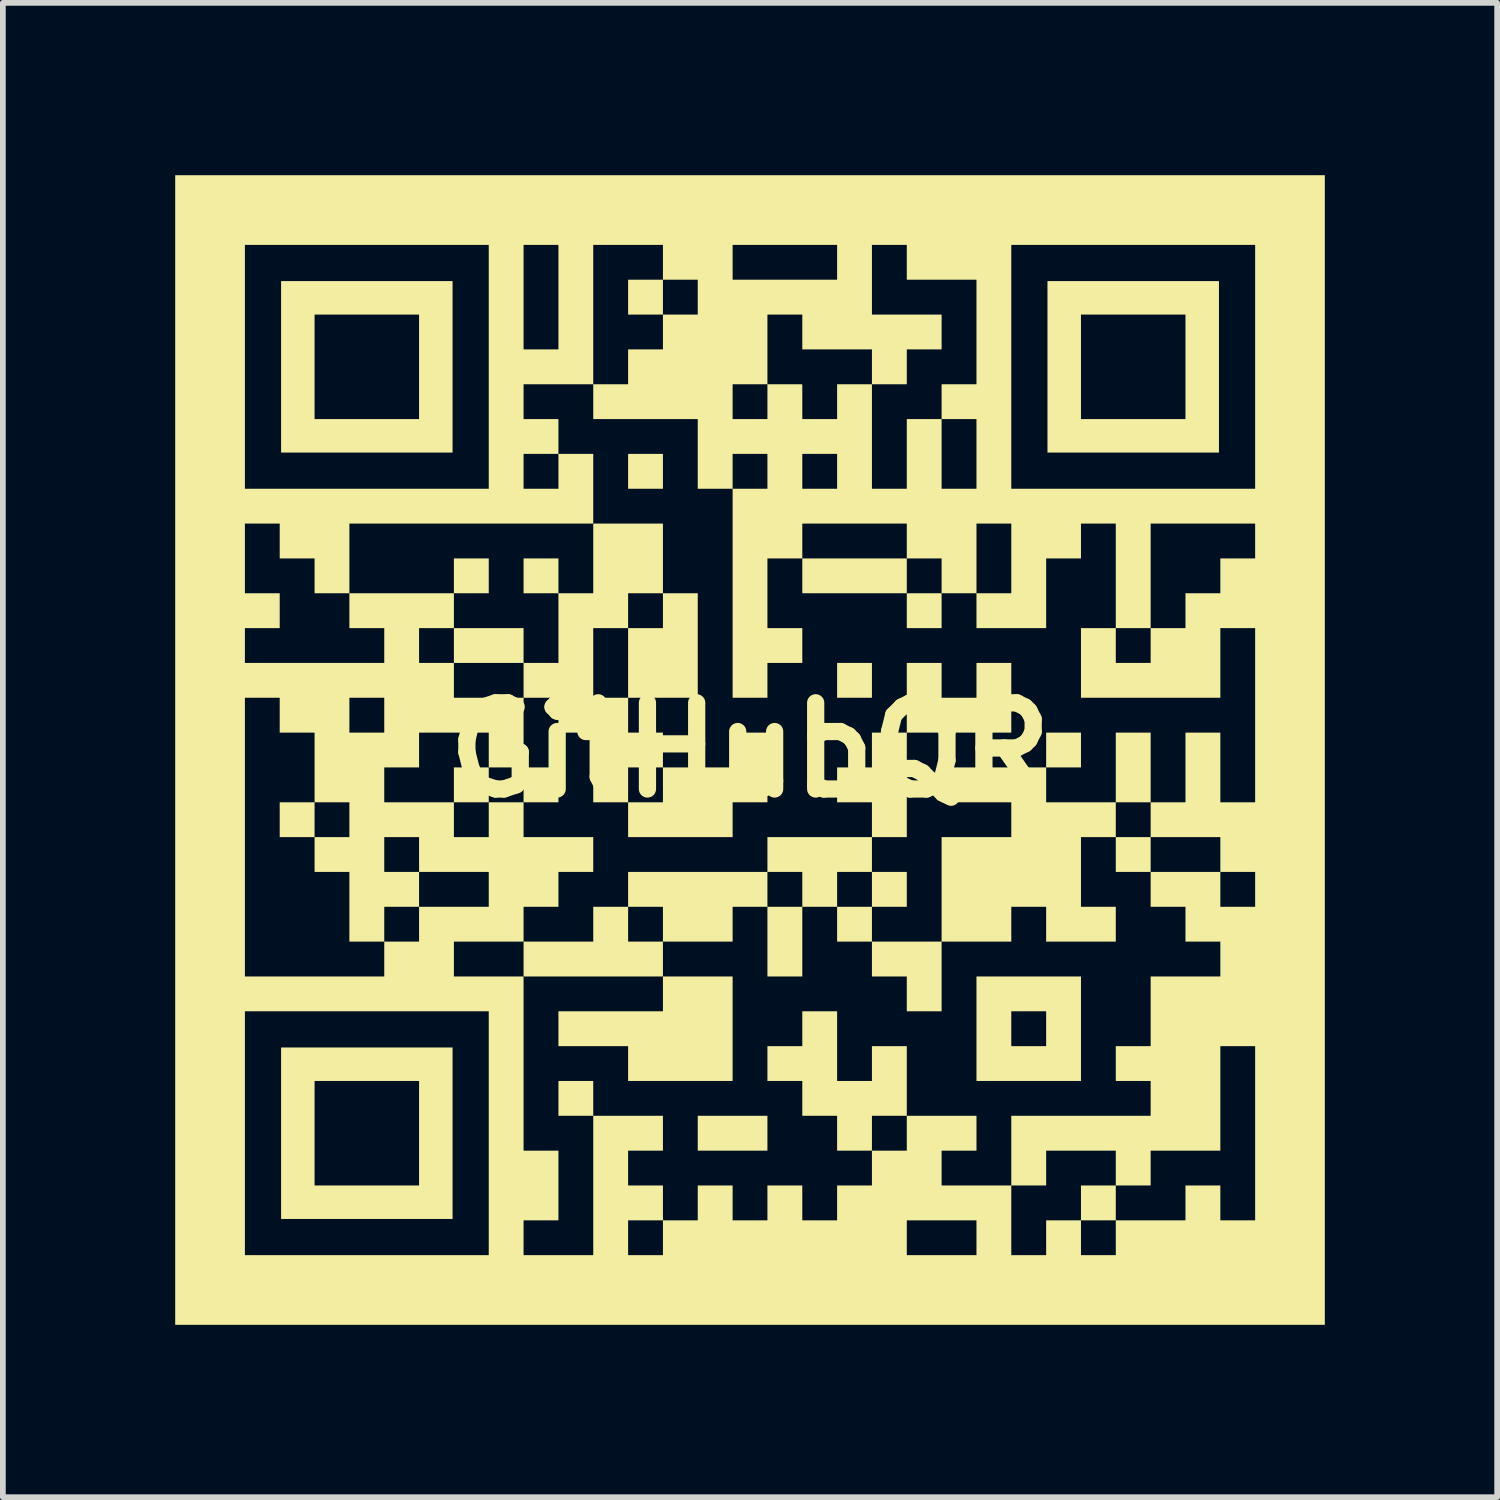
<source format=kicad_pcb>
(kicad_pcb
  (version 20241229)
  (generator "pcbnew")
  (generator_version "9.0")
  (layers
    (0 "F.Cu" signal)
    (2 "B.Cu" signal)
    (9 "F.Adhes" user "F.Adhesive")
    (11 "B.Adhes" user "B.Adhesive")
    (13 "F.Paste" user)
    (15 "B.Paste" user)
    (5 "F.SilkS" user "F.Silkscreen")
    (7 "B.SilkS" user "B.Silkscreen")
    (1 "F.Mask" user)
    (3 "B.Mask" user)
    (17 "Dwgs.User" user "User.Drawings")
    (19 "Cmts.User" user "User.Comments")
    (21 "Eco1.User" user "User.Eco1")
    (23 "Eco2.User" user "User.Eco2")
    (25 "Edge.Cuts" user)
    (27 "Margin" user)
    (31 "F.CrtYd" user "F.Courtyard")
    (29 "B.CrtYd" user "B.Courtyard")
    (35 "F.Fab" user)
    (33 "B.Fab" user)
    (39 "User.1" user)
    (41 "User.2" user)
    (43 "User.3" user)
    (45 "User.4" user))
  (footprint "GitHubQR"
    (layer "F.Cu")
    (at 10.006 10.006)
    (property "Reference" "GitHubQR" (at 0 0 0) (layer "F.SilkS") (effects (font (size 1.5 1.5) (thickness 0.3))))
    (attr board_only exclude_from_pos_files exclude_from_bom)
    (fp_poly (pts (xy -7.58 1.213) (xy -7.58 1.516) (xy -7.884 1.516) (xy -8.187 1.516) (xy -8.187 1.213) (xy -8.187 0.91) (xy -7.884 0.91) (xy -7.58 0.91)) (stroke (width 0) (type solid)) (fill yes) (layer "F.SilkS"))
    (fp_poly (pts (xy -4.548 -3.032) (xy -4.548 -2.729) (xy -4.851 -2.729) (xy -5.155 -2.729) (xy -5.155 -3.032) (xy -5.155 -3.335) (xy -4.851 -3.335) (xy -4.548 -3.335)) (stroke (width 0) (type solid)) (fill yes) (layer "F.SilkS"))
    (fp_poly (pts (xy -4.548 0.606) (xy -4.548 0.91) (xy -4.851 0.91) (xy -5.155 0.91) (xy -5.155 0.606) (xy -5.155 0.303) (xy -4.851 0.303) (xy -4.548 0.303)) (stroke (width 0) (type solid)) (fill yes) (layer "F.SilkS"))
    (fp_poly (pts (xy -3.335 0.606) (xy -3.335 0.91) (xy -3.639 0.91) (xy -3.942 0.91) (xy -3.942 0.606) (xy -3.942 0.303) (xy -3.639 0.303) (xy -3.335 0.303)) (stroke (width 0) (type solid)) (fill yes) (layer "F.SilkS"))
    (fp_poly (pts (xy -2.729 6.064) (xy -2.729 6.367) (xy -3.032 6.367) (xy -3.335 6.367) (xy -3.335 6.064) (xy -3.335 5.761) (xy -3.032 5.761) (xy -2.729 5.761)) (stroke (width 0) (type solid)) (fill yes) (layer "F.SilkS"))
    (fp_poly (pts (xy -1.516 -7.884) (xy -1.516 -7.58) (xy -1.819 -7.58) (xy -2.122 -7.58) (xy -2.122 -7.884) (xy -2.122 -8.187) (xy -1.819 -8.187) (xy -1.516 -8.187)) (stroke (width 0) (type solid)) (fill yes) (layer "F.SilkS"))
    (fp_poly (pts (xy -1.516 -4.851) (xy -1.516 -4.548) (xy -1.819 -4.548) (xy -2.122 -4.548) (xy -2.122 -4.851) (xy -2.122 -5.155) (xy -1.819 -5.155) (xy -1.516 -5.155)) (stroke (width 0) (type solid)) (fill yes) (layer "F.SilkS"))
    (fp_poly (pts (xy 0.303 6.671) (xy 0.303 6.974) (xy -0.303 6.974) (xy -0.91 6.974) (xy -0.91 6.671) (xy -0.91 6.367) (xy -0.303 6.367) (xy 0.303 6.367)) (stroke (width 0) (type solid)) (fill yes) (layer "F.SilkS"))
    (fp_poly (pts (xy 2.122 -1.213) (xy 2.122 -0.91) (xy 1.819 -0.91) (xy 1.516 -0.91) (xy 1.516 -1.213) (xy 1.516 -1.516) (xy 1.819 -1.516) (xy 2.122 -1.516)) (stroke (width 0) (type solid)) (fill yes) (layer "F.SilkS"))
    (fp_poly (pts (xy 2.729 -3.032) (xy 2.729 -2.729) (xy 1.819 -2.729) (xy 0.91 -2.729) (xy 0.91 -3.032) (xy 0.91 -3.335) (xy 1.819 -3.335) (xy 2.729 -3.335)) (stroke (width 0) (type solid)) (fill yes) (layer "F.SilkS"))
    (fp_poly (pts (xy 3.335 -2.426) (xy 3.335 -2.122) (xy 3.032 -2.122) (xy 2.729 -2.122) (xy 2.729 -2.426) (xy 2.729 -2.729) (xy 3.032 -2.729) (xy 3.335 -2.729)) (stroke (width 0) (type solid)) (fill yes) (layer "F.SilkS"))
    (fp_poly (pts (xy 6.367 7.884) (xy 6.367 8.187) (xy 6.064 8.187) (xy 5.761 8.187) (xy 5.761 7.884) (xy 5.761 7.58) (xy 6.064 7.58) (xy 6.367 7.58)) (stroke (width 0) (type solid)) (fill yes) (layer "F.SilkS"))
    (fp_poly (pts (xy 6.974 1.819) (xy 6.974 2.122) (xy 6.671 2.122) (xy 6.367 2.122) (xy 6.367 1.819) (xy 6.367 1.516) (xy 6.671 1.516) (xy 6.974 1.516)) (stroke (width 0) (type solid)) (fill yes) (layer "F.SilkS"))
    (fp_poly (pts (xy -0.303 4.851) (xy -0.303 5.761) (xy -1.213 5.761) (xy -2.122 5.761) (xy -2.122 5.458) (xy -2.122 5.155) (xy -2.729 5.155) (xy -3.335 5.155) (xy -3.335 4.851) (xy -3.335 4.548) (xy -2.426 4.548) (xy -1.516 4.548) (xy -1.516 4.245) (xy -1.516 3.942) (xy -0.91 3.942) (xy -0.303 3.942)) (stroke (width 0) (type solid)) (fill yes) (layer "F.SilkS"))
    (fp_poly (pts (xy -5.178 -6.671) (xy -5.178 -5.178) (xy -6.671 -5.178) (xy -8.163 -5.178) (xy -8.163 -6.671) (xy -7.58 -6.671) (xy -7.58 -5.761) (xy -6.671 -5.761) (xy -5.761 -5.761) (xy -5.761 -6.671) (xy -5.761 -7.58) (xy -6.671 -7.58) (xy -7.58 -7.58) (xy -7.58 -6.671) (xy -8.163 -6.671) (xy -8.163 -8.163) (xy -6.671 -8.163) (xy -5.178 -8.163)) (stroke (width 0) (type solid)) (fill yes) (layer "F.SilkS"))
    (fp_poly (pts (xy -5.178 6.671) (xy -5.178 8.163) (xy -6.671 8.163) (xy -8.163 8.163) (xy -8.163 6.671) (xy -7.58 6.671) (xy -7.58 7.58) (xy -6.671 7.58) (xy -5.761 7.58) (xy -5.761 6.671) (xy -5.761 5.761) (xy -6.671 5.761) (xy -7.58 5.761) (xy -7.58 6.671) (xy -8.163 6.671) (xy -8.163 5.178) (xy -6.671 5.178) (xy -5.178 5.178)) (stroke (width 0) (type solid)) (fill yes) (layer "F.SilkS"))
    (fp_poly (pts (xy 5.761 4.851) (xy 5.761 5.761) (xy 4.851 5.761) (xy 3.942 5.761) (xy 3.942 4.851) (xy 4.548 4.851) (xy 4.548 5.155) (xy 4.851 5.155) (xy 5.155 5.155) (xy 5.155 4.851) (xy 5.155 4.548) (xy 4.851 4.548) (xy 4.548 4.548) (xy 4.548 4.851) (xy 3.942 4.851) (xy 3.942 3.942) (xy 4.851 3.942) (xy 5.761 3.942)) (stroke (width 0) (type solid)) (fill yes) (layer "F.SilkS"))
    (fp_poly (pts (xy 8.163 -6.671) (xy 8.163 -5.178) (xy 6.671 -5.178) (xy 5.178 -5.178) (xy 5.178 -6.671) (xy 5.761 -6.671) (xy 5.761 -5.761) (xy 6.671 -5.761) (xy 7.58 -5.761) (xy 7.58 -6.671) (xy 7.58 -7.58) (xy 6.671 -7.58) (xy 5.761 -7.58) (xy 5.761 -6.671) (xy 5.178 -6.671) (xy 5.178 -8.163) (xy 6.671 -8.163) (xy 8.163 -8.163)) (stroke (width 0) (type solid)) (fill yes) (layer "F.SilkS"))
    (fp_poly (pts (xy 1.516 5.155) (xy 1.516 5.761) (xy 1.819 5.761) (xy 2.122 5.761) (xy 2.122 5.458) (xy 2.122 5.155) (xy 2.426 5.155) (xy 2.729 5.155) (xy 2.729 5.761) (xy 2.729 6.367) (xy 2.426 6.367) (xy 2.122 6.367) (xy 2.122 6.671) (xy 2.122 6.974) (xy 1.819 6.974) (xy 1.516 6.974) (xy 1.516 6.671) (xy 1.516 6.367) (xy 1.213 6.367) (xy 0.91 6.367) (xy 0.91 6.064) (xy 0.91 5.761) (xy 0.606 5.761) (xy 0.303 5.761) (xy 0.303 5.458) (xy 0.303 5.155) (xy 0.606 5.155) (xy 0.91 5.155) (xy 0.91 4.851) (xy 0.91 4.548) (xy 1.213 4.548) (xy 1.516 4.548)) (stroke (width 0) (type solid)) (fill yes) (layer "F.SilkS"))
    (fp_poly (pts (xy -1.516 -3.335) (xy -1.516 -2.729) (xy -1.819 -2.729) (xy -2.122 -2.729) (xy -2.122 -2.426) (xy -2.122 -2.122) (xy -2.426 -2.122) (xy -2.729 -2.122) (xy -2.729 -1.516) (xy -2.729 -0.91) (xy -2.426 -0.91) (xy -2.122 -0.91) (xy -2.122 -1.516) (xy -2.122 -2.122) (xy -1.819 -2.122) (xy -1.516 -2.122) (xy -1.516 -2.426) (xy -1.516 -2.729) (xy -1.213 -2.729) (xy -0.91 -2.729) (xy -0.91 -1.819) (xy -0.91 -0.91) (xy -1.516 -0.91) (xy -2.122 -0.91) (xy -2.122 -0.606) (xy -2.122 -0.303) (xy -1.819 -0.303) (xy -1.516 -0.303) (xy -1.516 0) (xy -1.516 0.303) (xy -0.91 0.303) (xy -0.303 0.303) (xy -0.303 0) (xy -0.303 -0.303) (xy 0 -0.303) (xy 0.303 -0.303) (xy 0.303 0.303) (xy 0.303 0.91) (xy 0 0.91) (xy -0.303 0.91) (xy -0.303 1.213) (xy -0.303 1.516) (xy -1.213 1.516) (xy -2.122 1.516) (xy -2.122 1.213) (xy -2.122 0.91) (xy -2.426 0.91) (xy -2.729 0.91) (xy -2.729 0.606) (xy -2.122 0.606) (xy -2.122 0.91) (xy -1.819 0.91) (xy -1.516 0.91) (xy -1.516 0.606) (xy -1.516 0.303) (xy -1.819 0.303) (xy -2.122 0.303) (xy -2.122 0.606) (xy -2.729 0.606) (xy -2.729 0.303) (xy -2.729 -0.303) (xy -3.032 -0.303) (xy -3.335 -0.303) (xy -3.335 -0.606) (xy -3.335 -0.91) (xy -3.639 -0.91) (xy -3.942 -0.91) (xy -3.942 -1.213) (xy -3.942 -1.516) (xy -4.548 -1.516) (xy -5.155 -1.516) (xy -5.155 -1.819) (xy -5.155 -2.122) (xy -4.548 -2.122) (xy -3.942 -2.122) (xy -3.942 -1.819) (xy -3.942 -1.516) (xy -3.639 -1.516) (xy -3.335 -1.516) (xy -3.335 -2.122) (xy -3.335 -2.729) (xy -3.639 -2.729) (xy -3.942 -2.729) (xy -3.942 -3.032) (xy -3.942 -3.335) (xy -3.639 -3.335) (xy -3.335 -3.335) (xy -3.335 -3.032) (xy -3.335 -2.729) (xy -3.032 -2.729) (xy -2.729 -2.729) (xy -2.729 -3.335) (xy -2.729 -3.942) (xy -2.122 -3.942) (xy -1.516 -3.942)) (stroke (width 0) (type solid)) (fill yes) (layer "F.SilkS"))
    (fp_poly (pts (xy 3.335 -1.213) (xy 3.335 -0.91) (xy 3.639 -0.91) (xy 3.942 -0.91) (xy 3.942 -1.213) (xy 3.942 -1.516) (xy 4.245 -1.516) (xy 4.548 -1.516) (xy 4.548 -0.91) (xy 4.548 -0.303) (xy 3.639 -0.303) (xy 2.729 -0.303) (xy 2.729 0.606) (xy 2.729 1.516) (xy 2.426 1.516) (xy 2.122 1.516) (xy 2.122 1.819) (xy 2.122 2.122) (xy 1.819 2.122) (xy 1.516 2.122) (xy 1.516 2.426) (xy 1.516 2.729) (xy 1.819 2.729) (xy 2.122 2.729) (xy 2.122 2.426) (xy 2.122 2.122) (xy 2.426 2.122) (xy 2.729 2.122) (xy 2.729 2.426) (xy 2.729 2.729) (xy 2.426 2.729) (xy 2.122 2.729) (xy 2.122 3.032) (xy 2.122 3.335) (xy 2.729 3.335) (xy 3.335 3.335) (xy 3.335 2.426) (xy 3.335 1.516) (xy 3.942 1.516) (xy 4.548 1.516) (xy 4.548 1.213) (xy 4.548 0.91) (xy 3.942 0.91) (xy 3.335 0.91) (xy 3.335 0.606) (xy 3.335 0.303) (xy 4.245 0.303) (xy 5.155 0.303) (xy 5.155 0) (xy 5.155 -0.303) (xy 5.458 -0.303) (xy 5.761 -0.303) (xy 5.761 0) (xy 5.761 0.303) (xy 5.458 0.303) (xy 5.155 0.303) (xy 5.155 0.606) (xy 5.155 0.91) (xy 5.761 0.91) (xy 6.367 0.91) (xy 6.367 0.303) (xy 6.367 -0.303) (xy 6.671 -0.303) (xy 6.974 -0.303) (xy 6.974 0.303) (xy 6.974 0.91) (xy 6.671 0.91) (xy 6.367 0.91) (xy 6.367 1.213) (xy 6.367 1.516) (xy 6.064 1.516) (xy 5.761 1.516) (xy 5.761 2.122) (xy 5.761 2.729) (xy 6.064 2.729) (xy 6.367 2.729) (xy 6.367 3.032) (xy 6.367 3.335) (xy 5.761 3.335) (xy 5.155 3.335) (xy 5.155 3.032) (xy 5.155 2.729) (xy 4.851 2.729) (xy 4.548 2.729) (xy 4.548 3.032) (xy 4.548 3.335) (xy 3.942 3.335) (xy 3.335 3.335) (xy 3.335 3.942) (xy 3.335 4.548) (xy 3.032 4.548) (xy 2.729 4.548) (xy 2.729 4.245) (xy 2.729 3.942) (xy 2.426 3.942) (xy 2.122 3.942) (xy 2.122 3.639) (xy 2.122 3.335) (xy 1.819 3.335) (xy 1.516 3.335) (xy 1.516 3.032) (xy 1.516 2.729) (xy 1.213 2.729) (xy 0.91 2.729) (xy 0.91 3.335) (xy 0.91 3.942) (xy 0.606 3.942) (xy 0.303 3.942) (xy 0.303 3.335) (xy 0.303 2.729) (xy 0 2.729) (xy -0.303 2.729) (xy -0.303 3.032) (xy -0.303 3.335) (xy -0.91 3.335) (xy -1.516 3.335) (xy -1.516 3.639) (xy -1.516 3.942) (xy -2.729 3.942) (xy -3.942 3.942) (xy -3.942 3.639) (xy -3.942 3.335) (xy -3.335 3.335) (xy -2.729 3.335) (xy -2.729 3.032) (xy -2.122 3.032) (xy -2.122 3.335) (xy -1.819 3.335) (xy -1.516 3.335) (xy -1.516 3.032) (xy -1.516 2.729) (xy -1.819 2.729) (xy -2.122 2.729) (xy -2.122 3.032) (xy -2.729 3.032) (xy -2.729 2.729) (xy -2.426 2.729) (xy -2.122 2.729) (xy -2.122 2.426) (xy 0.303 2.426) (xy 0.303 2.729) (xy 0.606 2.729) (xy 0.91 2.729) (xy 0.91 2.426) (xy 0.91 2.122) (xy 0.606 2.122) (xy 0.303 2.122) (xy 0.303 2.426) (xy -2.122 2.426) (xy -2.122 2.122) (xy -0.91 2.122) (xy 0.303 2.122) (xy 0.303 1.819) (xy 0.303 1.516) (xy 1.213 1.516) (xy 2.122 1.516) (xy 2.122 1.213) (xy 2.122 0.91) (xy 1.819 0.91) (xy 1.516 0.91) (xy 1.516 0.606) (xy 1.516 0.303) (xy 1.819 0.303) (xy 2.122 0.303) (xy 2.122 0) (xy 2.122 -0.303) (xy 2.426 -0.303) (xy 2.729 -0.303) (xy 2.729 -0.91) (xy 2.729 -1.516) (xy 3.032 -1.516) (xy 3.335 -1.516)) (stroke (width 0) (type solid)) (fill yes) (layer "F.SilkS"))
    (fp_poly (pts (xy 10.006 0) (xy 10.006 10.006) (xy 0 10.006) (xy -10.006 10.006) (xy -10.006 6.671) (xy -8.793 6.671) (xy -8.793 8.793) (xy -6.671 8.793) (xy -4.548 8.793) (xy -4.548 6.671) (xy -4.548 4.548) (xy -6.671 4.548) (xy -8.793 4.548) (xy -8.793 6.671) (xy -10.006 6.671) (xy -10.006 1.516) (xy -8.793 1.516) (xy -8.793 3.942) (xy -7.58 3.942) (xy -6.367 3.942) (xy -6.367 3.639) (xy -6.367 3.335) (xy -6.064 3.335) (xy -5.761 3.335) (xy -5.761 3.032) (xy -5.761 2.729) (xy -5.155 2.729) (xy -4.548 2.729) (xy -4.548 2.426) (xy -4.548 2.122) (xy -5.155 2.122) (xy -5.761 2.122) (xy -5.761 2.426) (xy -5.761 2.729) (xy -6.064 2.729) (xy -6.367 2.729) (xy -6.367 3.032) (xy -6.367 3.335) (xy -6.671 3.335) (xy -6.974 3.335) (xy -6.974 2.729) (xy -6.974 2.122) (xy -7.277 2.122) (xy -7.58 2.122) (xy -7.58 1.819) (xy -6.367 1.819) (xy -6.367 2.122) (xy -6.064 2.122) (xy -5.761 2.122) (xy -5.761 1.819) (xy -5.761 1.516) (xy -6.064 1.516) (xy -6.367 1.516) (xy -6.367 1.819) (xy -7.58 1.819) (xy -7.58 1.516) (xy -7.277 1.516) (xy -6.974 1.516) (xy -6.974 1.213) (xy -6.974 0.91) (xy -7.277 0.91) (xy -7.58 0.91) (xy -7.58 0.303) (xy -7.58 -0.303) (xy -7.884 -0.303) (xy -8.187 -0.303) (xy -8.187 -0.606) (xy -6.974 -0.606) (xy -6.974 -0.303) (xy -6.671 -0.303) (xy -6.367 -0.303) (xy -6.367 -0.606) (xy -6.367 -0.91) (xy -6.671 -0.91) (xy -6.974 -0.91) (xy -6.974 -0.606) (xy -8.187 -0.606) (xy -8.187 -0.91) (xy -8.49 -0.91) (xy -8.793 -0.91) (xy -8.793 1.516) (xy -10.006 1.516) (xy -10.006 0) (xy -10.006 -3.942) (xy -8.793 -3.942) (xy -8.793 -3.335) (xy -8.793 -2.729) (xy -8.49 -2.729) (xy -8.187 -2.729) (xy -8.187 -2.426) (xy -8.187 -2.122) (xy -8.49 -2.122) (xy -8.793 -2.122) (xy -8.793 -1.819) (xy -8.793 -1.516) (xy -7.58 -1.516) (xy -6.367 -1.516) (xy -6.367 -1.819) (xy -6.367 -2.122) (xy -6.671 -2.122) (xy -6.974 -2.122) (xy -6.974 -2.426) (xy -6.974 -2.729) (xy -6.064 -2.729) (xy -5.155 -2.729) (xy -5.155 -2.426) (xy -5.155 -2.122) (xy -5.458 -2.122) (xy -5.761 -2.122) (xy -5.761 -1.819) (xy -5.761 -1.516) (xy -5.458 -1.516) (xy -5.155 -1.516) (xy -5.155 -1.213) (xy -5.155 -0.91) (xy -4.548 -0.91) (xy -3.942 -0.91) (xy -3.942 -0.303) (xy -3.942 0.303) (xy -4.245 0.303) (xy -4.548 0.303) (xy -4.548 0) (xy -4.548 -0.303) (xy -5.155 -0.303) (xy -5.761 -0.303) (xy -5.761 0) (xy -5.761 0.303) (xy -6.064 0.303) (xy -6.367 0.303) (xy -6.367 0.606) (xy -6.367 0.91) (xy -5.761 0.91) (xy -5.155 0.91) (xy -5.155 1.213) (xy -5.155 1.516) (xy -4.851 1.516) (xy -4.548 1.516) (xy -4.548 1.213) (xy -4.548 0.91) (xy -4.245 0.91) (xy -3.942 0.91) (xy -3.942 1.213) (xy -3.942 1.516) (xy -3.335 1.516) (xy -2.729 1.516) (xy -2.729 1.819) (xy -2.729 2.122) (xy -3.032 2.122) (xy -3.335 2.122) (xy -3.335 2.426) (xy -3.335 2.729) (xy -3.639 2.729) (xy -3.942 2.729) (xy -3.942 3.032) (xy -3.942 3.335) (xy -4.548 3.335) (xy -5.155 3.335) (xy -5.155 3.639) (xy -5.155 3.942) (xy -4.548 3.942) (xy -3.942 3.942) (xy -3.942 5.458) (xy -3.942 6.974) (xy -3.639 6.974) (xy -3.335 6.974) (xy -3.335 7.58) (xy -3.335 8.187) (xy -3.639 8.187) (xy -3.942 8.187) (xy -3.942 8.49) (xy -3.942 8.793) (xy -3.335 8.793) (xy -2.729 8.793) (xy -2.729 7.58) (xy -2.729 6.367) (xy -2.122 6.367) (xy -1.516 6.367) (xy -1.516 6.671) (xy -1.516 6.974) (xy -1.819 6.974) (xy -2.122 6.974) (xy -2.122 7.277) (xy -2.122 7.58) (xy -1.819 7.58) (xy -1.516 7.58) (xy -1.516 7.884) (xy -1.516 8.187) (xy -1.819 8.187) (xy -2.122 8.187) (xy -2.122 8.49) (xy -2.122 8.793) (xy -1.819 8.793) (xy -1.516 8.793) (xy -1.516 8.49) (xy 2.729 8.49) (xy 2.729 8.793) (xy 3.335 8.793) (xy 3.942 8.793) (xy 3.942 8.49) (xy 3.942 8.187) (xy 3.335 8.187) (xy 2.729 8.187) (xy 2.729 8.49) (xy -1.516 8.49) (xy -1.516 8.187) (xy -1.213 8.187) (xy -0.91 8.187) (xy -0.91 7.884) (xy -0.91 7.58) (xy -0.606 7.58) (xy -0.303 7.58) (xy -0.303 7.884) (xy -0.303 8.187) (xy 0 8.187) (xy 0.303 8.187) (xy 0.303 7.884) (xy 0.303 7.58) (xy 0.606 7.58) (xy 0.91 7.58) (xy 0.91 7.884) (xy 0.91 8.187) (xy 1.213 8.187) (xy 1.516 8.187) (xy 1.516 7.884) (xy 1.516 7.58) (xy 1.819 7.58) (xy 2.122 7.58) (xy 2.122 7.277) (xy 2.122 6.974) (xy 2.426 6.974) (xy 2.729 6.974) (xy 2.729 6.671) (xy 2.729 6.367) (xy 3.335 6.367) (xy 3.942 6.367) (xy 3.942 6.671) (xy 3.942 6.974) (xy 3.639 6.974) (xy 3.335 6.974) (xy 3.335 7.277) (xy 3.335 7.58) (xy 3.942 7.58) (xy 4.548 7.58) (xy 4.548 8.187) (xy 4.548 8.793) (xy 4.851 8.793) (xy 5.155 8.793) (xy 5.155 8.49) (xy 5.155 8.187) (xy 5.458 8.187) (xy 5.761 8.187) (xy 5.761 8.49) (xy 5.761 8.793) (xy 6.064 8.793) (xy 6.367 8.793) (xy 6.367 8.49) (xy 6.367 8.187) (xy 6.974 8.187) (xy 7.58 8.187) (xy 7.58 7.884) (xy 7.58 7.58) (xy 7.884 7.58) (xy 8.187 7.58) (xy 8.187 7.884) (xy 8.187 8.187) (xy 8.49 8.187) (xy 8.793 8.187) (xy 8.793 6.671) (xy 8.793 5.155) (xy 8.49 5.155) (xy 8.187 5.155) (xy 8.187 6.064) (xy 8.187 6.974) (xy 7.58 6.974) (xy 6.974 6.974) (xy 6.974 7.277) (xy 6.974 7.58) (xy 6.671 7.58) (xy 6.367 7.58) (xy 6.367 7.277) (xy 6.367 6.974) (xy 5.761 6.974) (xy 5.155 6.974) (xy 5.155 7.277) (xy 5.155 7.58) (xy 4.851 7.58) (xy 4.548 7.58) (xy 4.548 6.974) (xy 4.548 6.367) (xy 5.761 6.367) (xy 6.974 6.367) (xy 6.974 6.064) (xy 6.974 5.761) (xy 6.671 5.761) (xy 6.367 5.761) (xy 6.367 5.458) (xy 6.367 5.155) (xy 6.671 5.155) (xy 6.974 5.155) (xy 6.974 4.548) (xy 6.974 3.942) (xy 7.58 3.942) (xy 8.187 3.942) (xy 8.187 3.639) (xy 8.187 3.335) (xy 7.884 3.335) (xy 7.58 3.335) (xy 7.58 3.032) (xy 7.58 2.729) (xy 7.277 2.729) (xy 6.974 2.729) (xy 6.974 2.426) (xy 8.187 2.426) (xy 8.187 2.729) (xy 8.49 2.729) (xy 8.793 2.729) (xy 8.793 2.426) (xy 8.793 2.122) (xy 8.49 2.122) (xy 8.187 2.122) (xy 8.187 2.426) (xy 6.974 2.426) (xy 6.974 2.122) (xy 7.58 2.122) (xy 8.187 2.122) (xy 8.187 1.819) (xy 8.187 1.516) (xy 7.58 1.516) (xy 6.974 1.516) (xy 6.974 1.213) (xy 6.974 0.91) (xy 7.277 0.91) (xy 7.58 0.91) (xy 7.58 0.303) (xy 7.58 -0.303) (xy 7.884 -0.303) (xy 8.187 -0.303) (xy 8.187 0.303) (xy 8.187 0.91) (xy 8.49 0.91) (xy 8.793 0.91) (xy 8.793 -0.606) (xy 8.793 -2.122) (xy 8.49 -2.122) (xy 8.187 -2.122) (xy 8.187 -1.516) (xy 8.187 -0.91) (xy 6.974 -0.91) (xy 5.761 -0.91) (xy 5.761 -1.516) (xy 5.761 -2.122) (xy 6.064 -2.122) (xy 6.367 -2.122) (xy 6.367 -1.819) (xy 6.367 -1.516) (xy 6.671 -1.516) (xy 6.974 -1.516) (xy 6.974 -1.819) (xy 6.974 -2.122) (xy 7.277 -2.122) (xy 7.58 -2.122) (xy 7.58 -2.426) (xy 7.58 -2.729) (xy 7.884 -2.729) (xy 8.187 -2.729) (xy 8.187 -3.032) (xy 8.187 -3.335) (xy 8.49 -3.335) (xy 8.793 -3.335) (xy 8.793 -3.639) (xy 8.793 -3.942) (xy 7.884 -3.942) (xy 6.974 -3.942) (xy 6.974 -3.032) (xy 6.974 -2.122) (xy 6.671 -2.122) (xy 6.367 -2.122) (xy 6.367 -3.032) (xy 6.367 -3.942) (xy 6.064 -3.942) (xy 5.761 -3.942) (xy 5.761 -3.639) (xy 5.761 -3.335) (xy 5.458 -3.335) (xy 5.155 -3.335) (xy 5.155 -2.729) (xy 5.155 -2.122) (xy 4.548 -2.122) (xy 3.942 -2.122) (xy 3.942 -2.426) (xy 3.942 -2.729) (xy 4.245 -2.729) (xy 4.548 -2.729) (xy 4.548 -3.335) (xy 4.548 -3.942) (xy 4.245 -3.942) (xy 3.942 -3.942) (xy 3.942 -3.335) (xy 3.942 -2.729) (xy 3.639 -2.729) (xy 3.335 -2.729) (xy 3.335 -3.032) (xy 3.335 -3.335) (xy 3.032 -3.335) (xy 2.729 -3.335) (xy 2.729 -3.639) (xy 2.729 -3.942) (xy 1.819 -3.942) (xy 0.91 -3.942) (xy 0.91 -3.639) (xy 0.91 -3.335) (xy 0.606 -3.335) (xy 0.303 -3.335) (xy 0.303 -2.729) (xy 0.303 -2.122) (xy 0.606 -2.122) (xy 0.91 -2.122) (xy 0.91 -1.819) (xy 0.91 -1.516) (xy 0.606 -1.516) (xy 0.303 -1.516) (xy 0.303 -1.213) (xy 0.303 -0.91) (xy 0 -0.91) (xy -0.303 -0.91) (xy -0.303 -2.729) (xy -0.303 -4.548) (xy 0 -4.548) (xy 0.303 -4.548) (xy 0.303 -4.851) (xy 0.91 -4.851) (xy 0.91 -4.548) (xy 1.213 -4.548) (xy 1.516 -4.548) (xy 1.516 -4.851) (xy 1.516 -5.155) (xy 1.213 -5.155) (xy 0.91 -5.155) (xy 0.91 -4.851) (xy 0.303 -4.851) (xy 0.303 -5.155) (xy 0 -5.155) (xy -0.303 -5.155) (xy -0.303 -4.851) (xy -0.303 -4.548) (xy -0.606 -4.548) (xy -0.91 -4.548) (xy -0.91 -5.155) (xy -0.91 -5.761) (xy -1.819 -5.761) (xy -2.729 -5.761) (xy -2.729 -6.064) (xy -2.729 -6.367) (xy -2.426 -6.367) (xy -2.122 -6.367) (xy -0.303 -6.367) (xy -0.303 -6.064) (xy -0.303 -5.761) (xy 0 -5.761) (xy 0.303 -5.761) (xy 0.303 -6.064) (xy 0.303 -6.367) (xy 0.606 -6.367) (xy 0.91 -6.367) (xy 0.91 -6.064) (xy 0.91 -5.761) (xy 1.213 -5.761) (xy 1.516 -5.761) (xy 1.516 -6.064) (xy 1.516 -6.367) (xy 1.819 -6.367) (xy 2.122 -6.367) (xy 2.122 -5.458) (xy 2.122 -4.548) (xy 2.426 -4.548) (xy 2.729 -4.548) (xy 2.729 -5.155) (xy 3.335 -5.155) (xy 3.335 -4.548) (xy 3.639 -4.548) (xy 3.942 -4.548) (xy 3.942 -5.155) (xy 3.942 -5.761) (xy 3.639 -5.761) (xy 3.335 -5.761) (xy 3.335 -5.155) (xy 2.729 -5.155) (xy 2.729 -5.761) (xy 3.032 -5.761) (xy 3.335 -5.761) (xy 3.335 -6.064) (xy 3.335 -6.367) (xy 3.639 -6.367) (xy 3.942 -6.367) (xy 3.942 -6.671) (xy 4.548 -6.671) (xy 4.548 -4.548) (xy 6.671 -4.548) (xy 8.793 -4.548) (xy 8.793 -6.671) (xy 8.793 -8.793) (xy 6.671 -8.793) (xy 4.548 -8.793) (xy 4.548 -6.671) (xy 3.942 -6.671) (xy 3.942 -7.277) (xy 3.942 -8.187) (xy 3.335 -8.187) (xy 2.729 -8.187) (xy 2.729 -8.49) (xy 2.729 -8.793) (xy 2.426 -8.793) (xy 2.122 -8.793) (xy 2.122 -8.187) (xy 2.122 -7.58) (xy 2.729 -7.58) (xy 3.335 -7.58) (xy 3.335 -7.277) (xy 3.335 -6.974) (xy 3.032 -6.974) (xy 2.729 -6.974) (xy 2.729 -6.671) (xy 2.729 -6.367) (xy 2.426 -6.367) (xy 2.122 -6.367) (xy 2.122 -6.671) (xy 2.122 -6.974) (xy 1.516 -6.974) (xy 0.91 -6.974) (xy 0.91 -7.277) (xy 0.91 -7.58) (xy 0.606 -7.58) (xy 0.303 -7.58) (xy 0.303 -6.974) (xy 0.303 -6.367) (xy 0 -6.367) (xy -0.303 -6.367) (xy -2.122 -6.367) (xy -2.122 -6.671) (xy -2.122 -6.974) (xy -1.819 -6.974) (xy -1.516 -6.974) (xy -1.516 -7.277) (xy -1.516 -7.58) (xy -1.213 -7.58) (xy -0.91 -7.58) (xy -0.91 -7.884) (xy -0.91 -8.187) (xy -1.213 -8.187) (xy -1.516 -8.187) (xy -1.516 -8.49) (xy -0.303 -8.49) (xy -0.303 -8.187) (xy 0.606 -8.187) (xy 1.516 -8.187) (xy 1.516 -8.49) (xy 1.516 -8.793) (xy 0.606 -8.793) (xy -0.303 -8.793) (xy -0.303 -8.49) (xy -1.516 -8.49) (xy -1.516 -8.793) (xy -2.122 -8.793) (xy -2.729 -8.793) (xy -2.729 -7.58) (xy -2.729 -6.367) (xy -3.335 -6.367) (xy -3.942 -6.367) (xy -3.942 -6.064) (xy -3.942 -5.761) (xy -3.639 -5.761) (xy -3.335 -5.761) (xy -3.335 -5.458) (xy -3.335 -5.155) (xy -3.639 -5.155) (xy -3.942 -5.155) (xy -3.942 -4.851) (xy -3.942 -4.548) (xy -3.639 -4.548) (xy -3.335 -4.548) (xy -3.335 -4.851) (xy -3.335 -5.155) (xy -3.032 -5.155) (xy -2.729 -5.155) (xy -2.729 -4.548) (xy -2.729 -3.942) (xy -4.851 -3.942) (xy -6.974 -3.942) (xy -6.974 -3.335) (xy -6.974 -2.729) (xy -7.277 -2.729) (xy -7.58 -2.729) (xy -7.58 -3.032) (xy -7.58 -3.335) (xy -7.884 -3.335) (xy -8.187 -3.335) (xy -8.187 -3.639) (xy -8.187 -3.942) (xy -8.49 -3.942) (xy -8.793 -3.942) (xy -10.006 -3.942) (xy -10.006 -6.671) (xy -8.793 -6.671) (xy -8.793 -4.548) (xy -6.671 -4.548) (xy -4.548 -4.548) (xy -4.548 -6.671) (xy -4.548 -7.884) (xy -3.942 -7.884) (xy -3.942 -6.974) (xy -3.639 -6.974) (xy -3.335 -6.974) (xy -3.335 -7.884) (xy -3.335 -8.793) (xy -3.639 -8.793) (xy -3.942 -8.793) (xy -3.942 -7.884) (xy -4.548 -7.884) (xy -4.548 -8.793) (xy -6.671 -8.793) (xy -8.793 -8.793) (xy -8.793 -6.671) (xy -10.006 -6.671) (xy -10.006 -10.006) (xy 0 -10.006) (xy 10.006 -10.006)) (stroke (width 0) (type solid)) (fill yes) (layer "F.SilkS")))
  (gr_rect
    (start -3 -3)
    (end 23.012 23.012)
    (stroke (width 0.1) (type default))
    (fill no)
    (layer "Edge.Cuts")))
</source>
